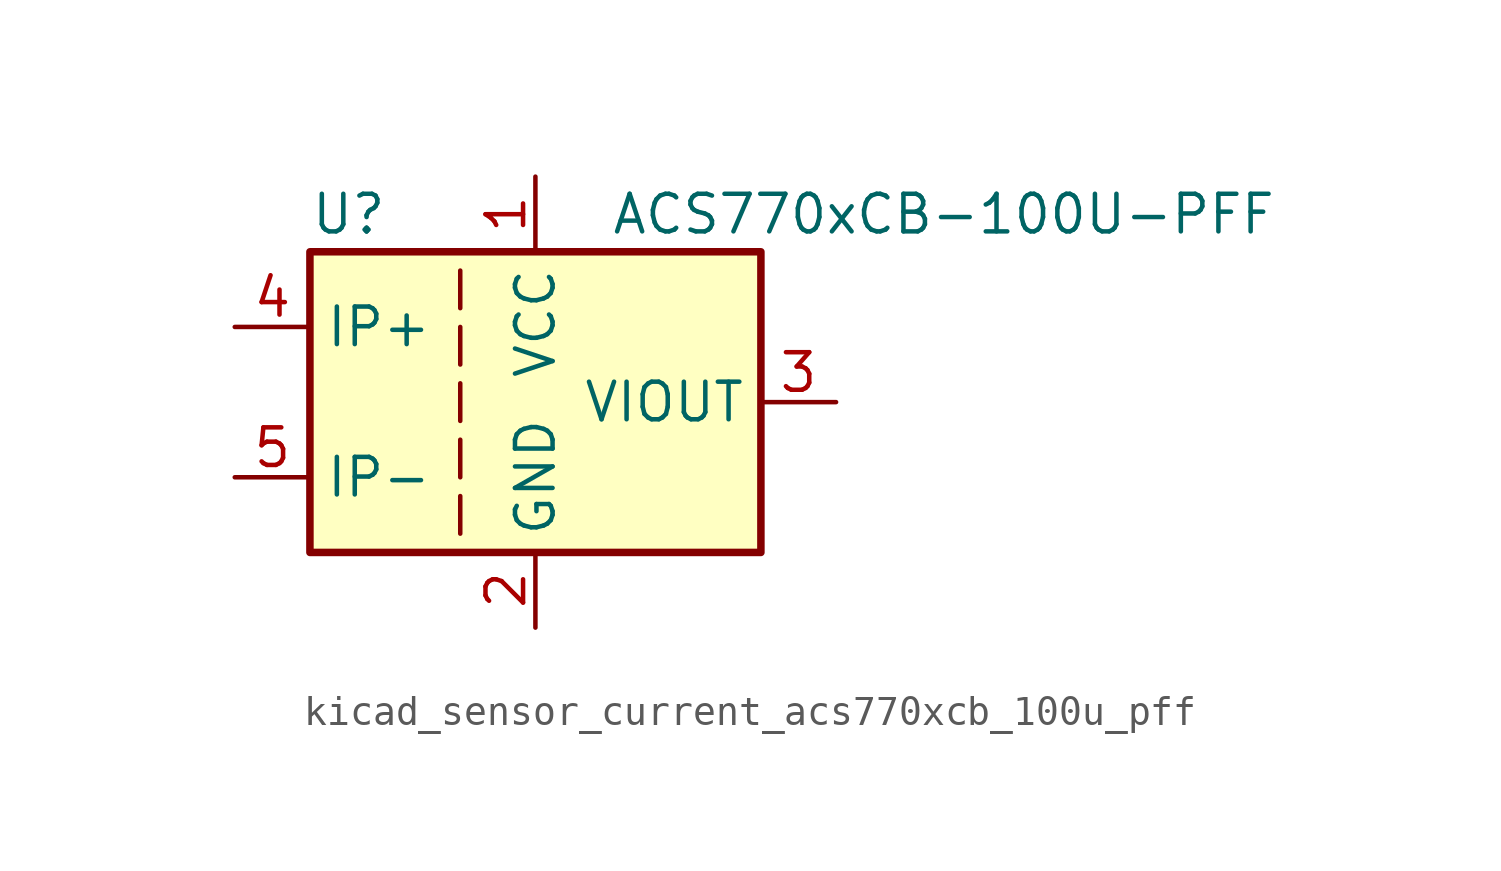
<source format=kicad_sym>
(kicad_symbol_lib
  (version 20220914)
  (generator kicad_symbol_editor)
  (symbol "kicad_sensor_current_acs770xcb_100u_pff"
    (property "Reference" "U"
      (at -7.62 6.35 0)
      (effects (font (size 1.27 1.27)) (justify left)))
    (property "Value" "ACS770xCB-100U-PFF"
      (at 2.54 6.35 0)
      (effects (font (size 1.27 1.27)) (justify left)))
    (symbol "kicad_sensor_current_acs770xcb_100u_pff_0_1"
      (rectangle (start -7.62 5.08) (end 7.62 -5.08) (stroke (width 0.254) (type default)) (fill (type background)))
      (polyline (pts (xy -2.54 -3.175) (xy -2.54 -4.445)) (stroke (width 0) (type default)) (fill (type none)))
      (polyline (pts (xy -2.54 -1.27) (xy -2.54 -2.54)) (stroke (width 0) (type default)) (fill (type none)))
      (polyline (pts (xy -2.54 0.635) (xy -2.54 -0.635)) (stroke (width 0) (type default)) (fill (type none)))
      (polyline (pts (xy -2.54 1.27) (xy -2.54 2.54)) (stroke (width 0) (type default)) (fill (type none)))
      (polyline (pts (xy -2.54 3.175) (xy -2.54 4.445)) (stroke (width 0) (type default)) (fill (type none))))
    (symbol "kicad_sensor_current_acs770xcb_100u_pff_1_1"
      (pin power_in line (at 0 7.62 270) (length 2.54) (name "VCC" (effects (font (size 1.27 1.27)))) (number "1" (effects (font (size 1.27 1.27)))))
      (pin power_in line (at 0 -7.62 90) (length 2.54) (name "GND" (effects (font (size 1.27 1.27)))) (number "2" (effects (font (size 1.27 1.27)))))
      (pin output line (at 10.16 0 180) (length 2.54) (name "VIOUT" (effects (font (size 1.27 1.27)))) (number "3" (effects (font (size 1.27 1.27)))))
      (pin passive line (at -10.16 2.54 0) (length 2.54) (name "IP+" (effects (font (size 1.27 1.27)))) (number "4" (effects (font (size 1.27 1.27)))))
      (pin passive line (at -10.16 -2.54 0) (length 2.54) (name "IP-" (effects (font (size 1.27 1.27)))) (number "5" (effects (font (size 1.27 1.27))))))))
</source>
